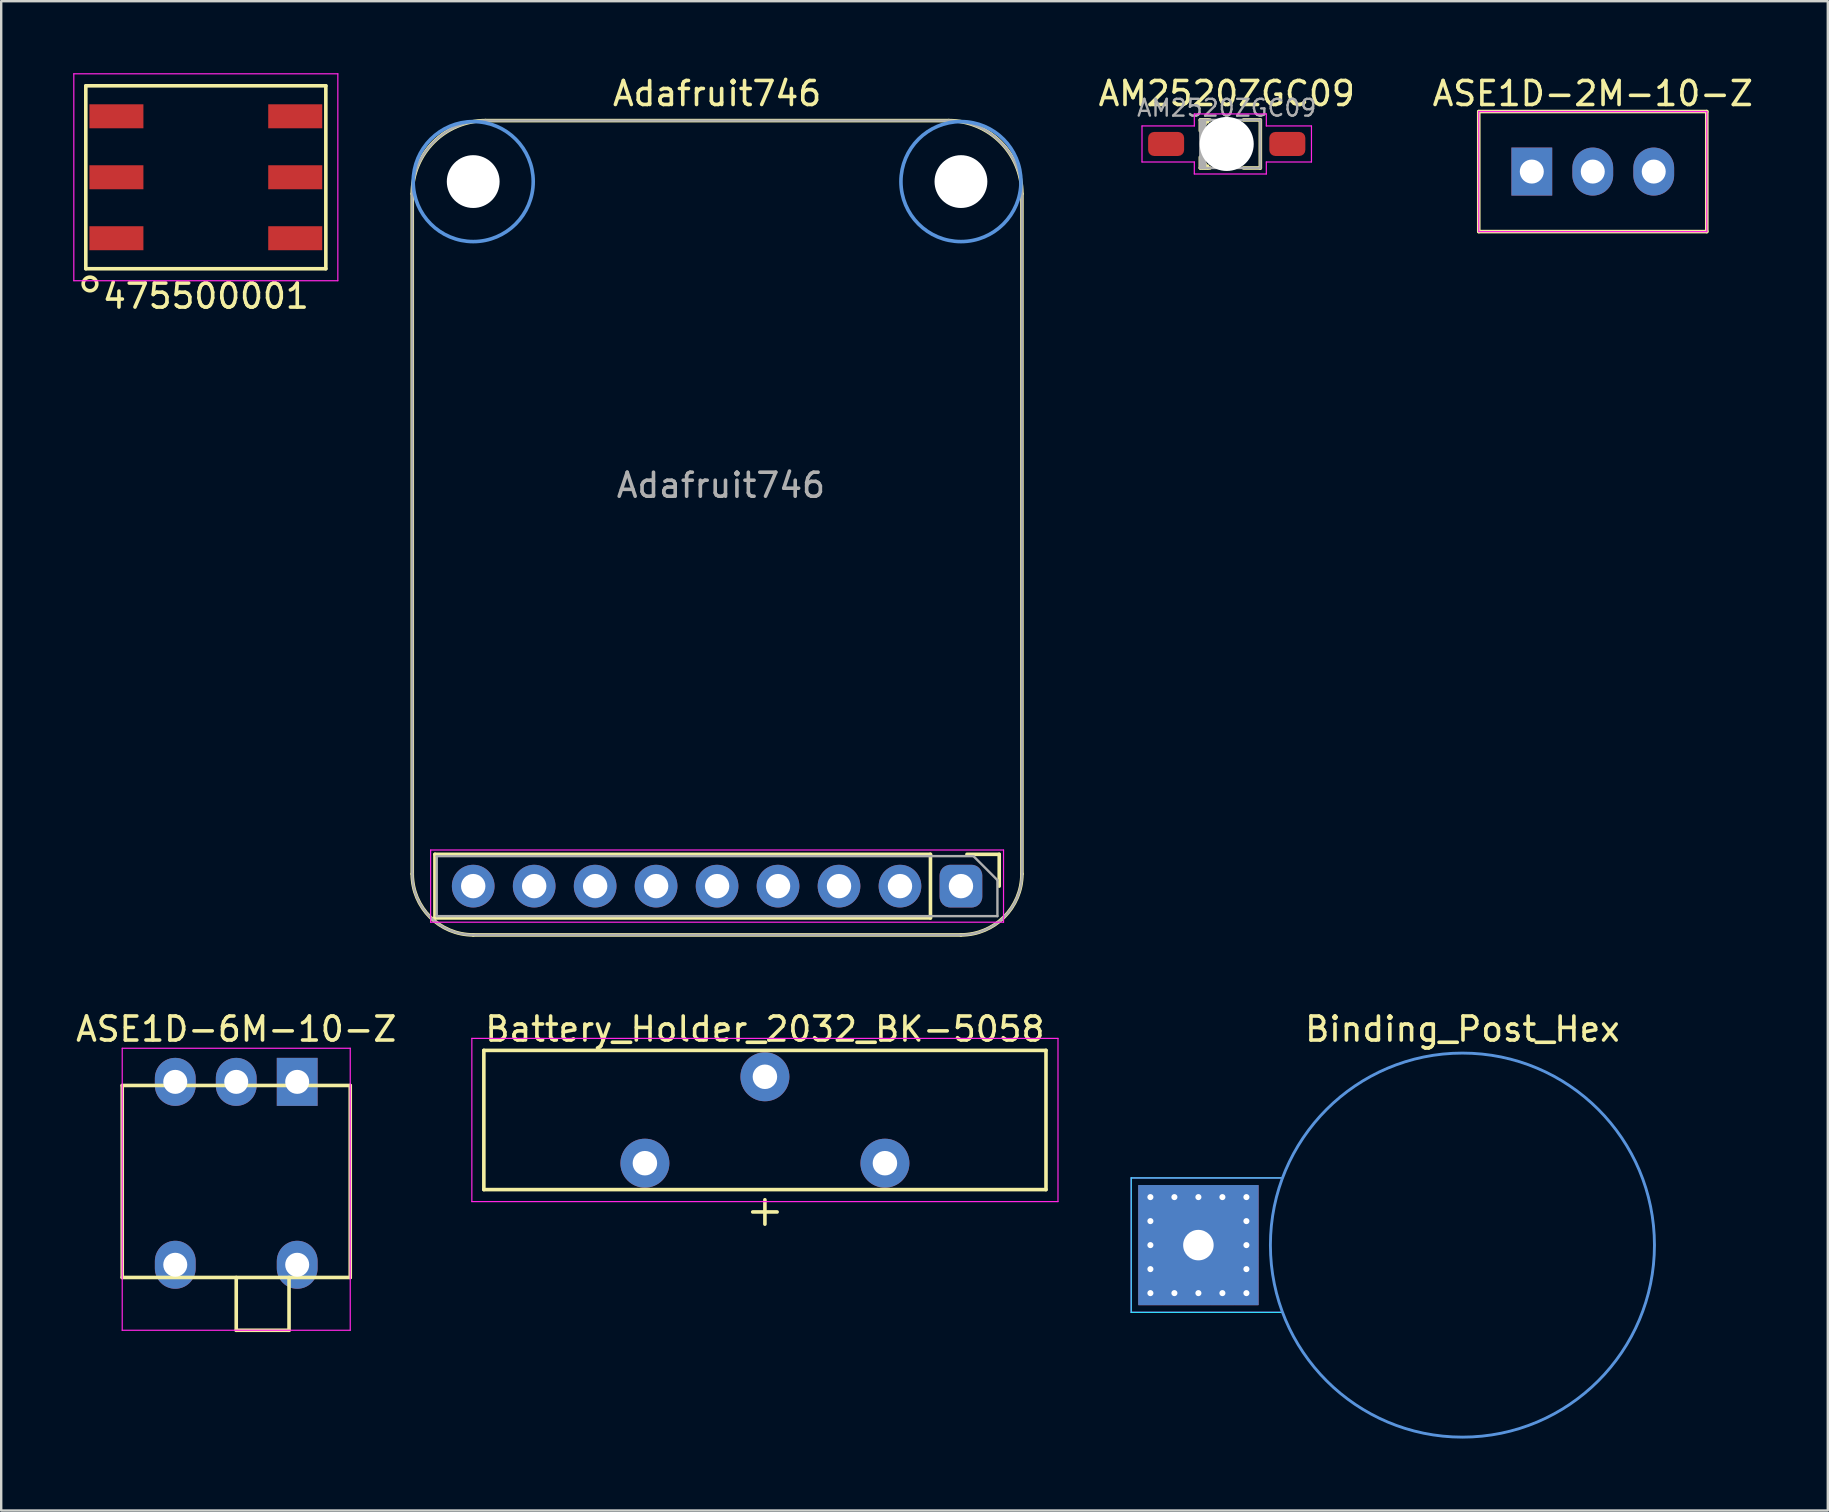
<source format=kicad_pcb>
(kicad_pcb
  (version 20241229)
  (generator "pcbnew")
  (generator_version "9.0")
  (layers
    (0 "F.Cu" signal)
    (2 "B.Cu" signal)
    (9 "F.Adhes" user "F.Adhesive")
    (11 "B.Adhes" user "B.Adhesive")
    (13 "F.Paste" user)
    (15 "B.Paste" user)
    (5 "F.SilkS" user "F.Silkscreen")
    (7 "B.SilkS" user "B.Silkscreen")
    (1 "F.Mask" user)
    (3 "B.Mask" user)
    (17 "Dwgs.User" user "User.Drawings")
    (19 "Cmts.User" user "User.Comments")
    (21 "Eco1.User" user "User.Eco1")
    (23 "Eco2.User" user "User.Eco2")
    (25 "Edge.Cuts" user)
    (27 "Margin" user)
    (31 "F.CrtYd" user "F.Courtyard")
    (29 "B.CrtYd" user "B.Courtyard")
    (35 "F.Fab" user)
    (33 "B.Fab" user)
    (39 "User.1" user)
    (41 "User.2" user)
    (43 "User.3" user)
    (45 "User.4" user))
  (footprint "AM2520ZGC09"
    (layer "F.Cu")
    (at 48.058 2.948)
    (property "Reference" "AM2520ZGC09" (at 0 -2.1 0) (layer "F.SilkS") (effects (font (size 1 1) (thickness 0.15))))
    (attr through_hole)
    (fp_line (start -1.1 -1) (end -1.1 -0.55) (stroke (width 0.15) (type solid)) (layer "F.SilkS"))
    (fp_line (start -1.1 -1) (end -0.7 -1) (stroke (width 0.15) (type solid)) (layer "F.SilkS"))
    (fp_line (start -1.1 0.55) (end -1.1 1) (stroke (width 0.15) (type solid)) (layer "F.SilkS"))
    (fp_line (start -1 -1) (end -1 -0.7) (stroke (width 0.15) (type default)) (layer "F.SilkS"))
    (fp_line (start -1 0.7) (end -1 1) (stroke (width 0.15) (type default)) (layer "F.SilkS"))
    (fp_line (start -0.9 -1) (end -0.9 -0.83) (stroke (width 0.15) (type default)) (layer "F.SilkS"))
    (fp_line (start -0.9 0.83) (end -0.9 1) (stroke (width 0.15) (type default)) (layer "F.SilkS"))
    (fp_line (start -0.8 -1) (end -0.8 -0.92) (stroke (width 0.15) (type default)) (layer "F.SilkS"))
    (fp_line (start -0.8 0.92) (end -0.8 1) (stroke (width 0.15) (type default)) (layer "F.SilkS"))
    (fp_line (start -0.7 1) (end -1.1 1) (stroke (width 0.15) (type solid)) (layer "F.SilkS"))
    (fp_line (start 0.7 -1) (end 1.4 -1) (stroke (width 0.15) (type solid)) (layer "F.SilkS"))
    (fp_line (start 1.4 -1) (end 1.4 1) (stroke (width 0.15) (type solid)) (layer "F.SilkS"))
    (fp_line (start 1.4 1) (end 0.7 1) (stroke (width 0.15) (type solid)) (layer "F.SilkS"))
    (fp_line (start -3.53 -0.75) (end -1.35 -0.75) (stroke (width 0.05) (type solid)) (layer "F.CrtYd"))
    (fp_line (start -3.53 0.75) (end -3.53 -0.75) (stroke (width 0.05) (type solid)) (layer "F.CrtYd"))
    (fp_line (start -1.35 -1.25) (end 1.65 -1.25) (stroke (width 0.05) (type solid)) (layer "F.CrtYd"))
    (fp_line (start -1.35 -0.75) (end -1.35 -1.25) (stroke (width 0.05) (type solid)) (layer "F.CrtYd"))
    (fp_line (start -1.35 0.75) (end -3.53 0.75) (stroke (width 0.05) (type solid)) (layer "F.CrtYd"))
    (fp_line (start -1.35 1.25) (end -1.35 0.75) (stroke (width 0.05) (type solid)) (layer "F.CrtYd"))
    (fp_line (start 1.65 -1.25) (end 1.65 -0.75) (stroke (width 0.05) (type solid)) (layer "F.CrtYd"))
    (fp_line (start 1.65 -0.75) (end 3.53 -0.75) (stroke (width 0.05) (type solid)) (layer "F.CrtYd"))
    (fp_line (start 1.65 0.75) (end 1.65 1.25) (stroke (width 0.05) (type solid)) (layer "F.CrtYd"))
    (fp_line (start 1.65 1.25) (end -1.35 1.25) (stroke (width 0.05) (type solid)) (layer "F.CrtYd"))
    (fp_line (start 3.53 -0.75) (end 3.53 0.75) (stroke (width 0.05) (type solid)) (layer "F.CrtYd"))
    (fp_line (start 3.53 0.75) (end 1.65 0.75) (stroke (width 0.05) (type solid)) (layer "F.CrtYd"))
    (fp_line (start -1.1 -1) (end -1.1 1) (stroke (width 0.1) (type solid)) (layer "F.Fab"))
    (fp_line (start -1.1 1) (end 1.4 1) (stroke (width 0.1) (type solid)) (layer "F.Fab"))
    (fp_line (start -1.05 -1) (end -1.05 1) (stroke (width 0.1) (type solid)) (layer "F.Fab"))
    (fp_line (start -1 -1) (end -1 1) (stroke (width 0.1) (type solid)) (layer "F.Fab"))
    (fp_line (start -0.95 -1) (end -0.95 1) (stroke (width 0.1) (type solid)) (layer "F.Fab"))
    (fp_line (start -0.9 -1) (end -0.9 -0.4) (stroke (width 0.1) (type solid)) (layer "F.Fab"))
    (fp_line (start -0.9 0.4) (end -0.9 1) (stroke (width 0.1) (type solid)) (layer "F.Fab"))
    (fp_line (start 1.4 -1) (end -1.1 -1) (stroke (width 0.1) (type solid)) (layer "F.Fab"))
    (fp_line (start 1.4 1) (end 1.4 -1) (stroke (width 0.1) (type solid)) (layer "F.Fab"))
    (fp_circle (center 0 0) (end 0.95 0) (stroke (width 0.1) (type solid)) (fill no) (layer "F.Fab"))
    (fp_text user "${REFERENCE}" (at 0 -1.5 0) (layer "F.Fab") (effects (font (size 0.7 0.7) (thickness 0.1))))
    (pad "" np_thru_hole circle (at 0 0) (size 2.25 2.25) (drill 2.25) (layers "*.Cu" "*.Mask"))
    (pad "1" smd roundrect (at -2.525 0) (size 1.5 1) (layers "F.Cu" "F.Mask" "F.Paste") (roundrect_rratio 0.25))
    (pad "2" smd roundrect (at 2.525 0) (size 1.5 1) (layers "F.Cu" "F.Mask" "F.Paste") (roundrect_rratio 0.25)))
  (footprint "Adafruit746"
    (layer "F.Cu")
    (at 36.985 33.868)
    (property "Reference" "Adafruit746" (at -10.16 -33.02 0) (layer "F.SilkS") (effects (font (size 1 1) (thickness 0.15))))
    (attr through_hole)
    (fp_line (start -22.86 -28.845) (end -22.86 -0.508) (stroke (width 0.15) (type solid)) (layer "F.SilkS"))
    (fp_line (start -21.915 -1.325) (end -1.27 -1.325) (stroke (width 0.15) (type solid)) (layer "F.SilkS"))
    (fp_line (start -21.915 1.325) (end -21.915 -1.325) (stroke (width 0.15) (type solid)) (layer "F.SilkS"))
    (fp_line (start -20.32 2.032) (end 0 2.032) (stroke (width 0.15) (type solid)) (layer "F.SilkS"))
    (fp_line (start -19.812 -31.893) (end -0.508 -31.893) (stroke (width 0.15) (type solid)) (layer "F.SilkS"))
    (fp_line (start -1.27 -1.325) (end -1.27 1.325) (stroke (width 0.15) (type solid)) (layer "F.SilkS"))
    (fp_line (start -1.27 1.325) (end -21.915 1.325) (stroke (width 0.15) (type solid)) (layer "F.SilkS"))
    (fp_line (start 0.25 -1.325) (end 1.595 -1.325) (stroke (width 0.15) (type solid)) (layer "F.SilkS"))
    (fp_line (start 1.595 -1.325) (end 1.595 0) (stroke (width 0.15) (type solid)) (layer "F.SilkS"))
    (fp_line (start 2.54 -28.845) (end 2.54 -0.508) (stroke (width 0.15) (type solid)) (layer "F.SilkS"))
    (fp_arc (start -22.86 -28.845) (mid -21.967261 -31.000261) (end -19.812 -31.893) (stroke (width 0.15) (type solid)) (layer "F.SilkS"))
    (fp_arc (start -20.32 2.032) (mid -22.116051 1.288051) (end -22.86 -0.508) (stroke (width 0.15) (type solid)) (layer "F.SilkS"))
    (fp_arc (start -0.508 -31.893) (mid 1.647261 -31.000261) (end 2.54 -28.845) (stroke (width 0.15) (type solid)) (layer "F.SilkS"))
    (fp_arc (start 2.54 -0.508) (mid 1.796051 1.288051) (end 0 2.032) (stroke (width 0.15) (type solid)) (layer "F.SilkS"))
    (fp_circle (center -20.32 -29.353) (end -22.82 -29.353) (stroke (width 0.15) (type solid)) (fill no) (layer "Cmts.User"))
    (fp_circle (center 0 -29.353) (end -2.5 -29.353) (stroke (width 0.15) (type solid)) (fill no) (layer "Cmts.User"))
    (fp_line (start -22.094 -1.504) (end -22.094 1.504) (stroke (width 0.05) (type solid)) (layer "F.CrtYd"))
    (fp_line (start -22.094 -1.504) (end 1.774 -1.504) (stroke (width 0.05) (type solid)) (layer "F.CrtYd"))
    (fp_line (start -22.094 1.504) (end 1.774 1.504) (stroke (width 0.05) (type solid)) (layer "F.CrtYd"))
    (fp_line (start 1.774 -1.504) (end 1.774 1.504) (stroke (width 0.05) (type solid)) (layer "F.CrtYd"))
    (fp_line (start -22.86 -28.845) (end -22.86 -0.508) (stroke (width 0.1) (type solid)) (layer "F.Fab"))
    (fp_line (start -21.84 -1.25) (end 0.52 -1.25) (stroke (width 0.1) (type solid)) (layer "F.Fab"))
    (fp_line (start -21.84 1.25) (end -21.84 -1.25) (stroke (width 0.1) (type solid)) (layer "F.Fab"))
    (fp_line (start -20.32 2.032) (end 0 2.032) (stroke (width 0.1) (type solid)) (layer "F.Fab"))
    (fp_line (start -19.812 -31.893) (end -0.508 -31.893) (stroke (width 0.1) (type solid)) (layer "F.Fab"))
    (fp_line (start 0.52 -1.25) (end 1.52 -0.25) (stroke (width 0.1) (type solid)) (layer "F.Fab"))
    (fp_line (start 1.52 -0.25) (end 1.52 1.25) (stroke (width 0.1) (type solid)) (layer "F.Fab"))
    (fp_line (start 1.52 1.25) (end -21.84 1.25) (stroke (width 0.1) (type solid)) (layer "F.Fab"))
    (fp_line (start 2.54 -28.845) (end 2.54 -0.508) (stroke (width 0.1) (type solid)) (layer "F.Fab"))
    (fp_arc (start -22.86 -28.845) (mid -21.967261 -31.000261) (end -19.812 -31.893) (stroke (width 0.1) (type solid)) (layer "F.Fab"))
    (fp_arc (start -20.32 2.032) (mid -22.116051 1.288051) (end -22.86 -0.508) (stroke (width 0.1) (type solid)) (layer "F.Fab"))
    (fp_arc (start -0.508 -31.893) (mid 1.647261 -31.000261) (end 2.54 -28.845) (stroke (width 0.1) (type solid)) (layer "F.Fab"))
    (fp_arc (start 2.54 -0.508) (mid 1.796051 1.288051) (end 0 2.032) (stroke (width 0.1) (type solid)) (layer "F.Fab"))
    (fp_text user "${REFERENCE}" (at -10 -16.7 0) (layer "F.Fab") (effects (font (size 1 1) (thickness 0.15))))
    (pad "" np_thru_hole circle (at -20.32 -29.353) (size 2.2 2.2) (drill 2.2) (layers "*.Cu" "*.Mask"))
    (pad "" np_thru_hole circle (at 0 -29.353) (size 2.2 2.2) (drill 2.2) (layers "*.Cu" "*.Mask"))
    (pad "1" thru_hole roundrect (at 0 0) (size 1.778 1.778) (drill 1.016) (layers "*.Cu" "*.Mask") (roundrect_rratio 0.25))
    (pad "2" thru_hole circle (at -2.54 0) (size 1.778 1.778) (drill 1.016) (layers "*.Cu" "*.Mask"))
    (pad "3" thru_hole circle (at -5.08 0) (size 1.778 1.778) (drill 1.016) (layers "*.Cu" "*.Mask"))
    (pad "4" thru_hole circle (at -7.62 0) (size 1.778 1.778) (drill 1.016) (layers "*.Cu" "*.Mask"))
    (pad "5" thru_hole circle (at -10.16 0) (size 1.778 1.778) (drill 1.016) (layers "*.Cu" "*.Mask"))
    (pad "6" thru_hole circle (at -12.7 0) (size 1.778 1.778) (drill 1.016) (layers "*.Cu" "*.Mask"))
    (pad "7" thru_hole circle (at -15.24 0) (size 1.778 1.778) (drill 1.016) (layers "*.Cu" "*.Mask"))
    (pad "8" thru_hole circle (at -17.78 0) (size 1.778 1.778) (drill 1.016) (layers "*.Cu" "*.Mask"))
    (pad "9" thru_hole circle (at -20.32 0) (size 1.778 1.778) (drill 1.016) (layers "*.Cu" "*.Mask")))
  (footprint "Battery_Holder_2032_BK-5058"
    (layer "F.Cu")
    (at 28.818 45.411)
    (property "Reference" "Battery_Holder_2032_BK-5058" (at 0 -5.588 0) (layer "F.SilkS") (effects (font (size 1 1) (thickness 0.15))))
    (attr through_hole)
    (fp_line (start -11.71 -4.7) (end -11.71 1.1) (stroke (width 0.15) (type solid)) (layer "F.SilkS"))
    (fp_line (start -11.71 1.1) (end 11.71 1.1) (stroke (width 0.15) (type solid)) (layer "F.SilkS"))
    (fp_line (start -0.508 2.032) (end 0.508 2.032) (stroke (width 0.15) (type solid)) (layer "F.SilkS"))
    (fp_line (start 0 1.524) (end 0 2.54) (stroke (width 0.15) (type solid)) (layer "F.SilkS"))
    (fp_line (start 11.71 -4.7) (end -11.71 -4.7) (stroke (width 0.15) (type solid)) (layer "F.SilkS"))
    (fp_line (start 11.71 1.1) (end 11.71 -4.7) (stroke (width 0.15) (type solid)) (layer "F.SilkS"))
    (fp_line (start -12.21 -5.2) (end -12.21 1.6) (stroke (width 0.05) (type solid)) (layer "F.CrtYd"))
    (fp_line (start -12.21 1.6) (end 12.21 1.6) (stroke (width 0.05) (type solid)) (layer "F.CrtYd"))
    (fp_line (start 12.21 -5.2) (end -12.21 -5.2) (stroke (width 0.05) (type solid)) (layer "F.CrtYd"))
    (fp_line (start 12.21 1.6) (end 12.21 -5.2) (stroke (width 0.05) (type solid)) (layer "F.CrtYd"))
    (pad "1" thru_hole circle (at -5 0) (size 2.04 2.04) (drill 1.02) (layers "*.Cu" "*.Mask"))
    (pad "1" thru_hole circle (at 5 0) (size 2.04 2.04) (drill 1.02) (layers "*.Cu" "*.Mask"))
    (pad "2" thru_hole circle (at 0 -3.6) (size 2.04 2.04) (drill 1.02) (layers "*.Cu" "*.Mask")))
  (footprint "475500001"
    (layer "F.Cu")
    (at 5.525 4.335)
    (property "Reference" "475500001" (at 0 4.953 0) (layer "F.SilkS") (effects (font (size 1 1) (thickness 0.15))))
    (attr through_hole)
    (fp_line (start -5 -3.81) (end -5 3.81) (stroke (width 0.15) (type solid)) (layer "F.SilkS"))
    (fp_line (start -5 3.81) (end 5 3.81) (stroke (width 0.15) (type solid)) (layer "F.SilkS"))
    (fp_line (start 5 -3.81) (end -5 -3.81) (stroke (width 0.15) (type solid)) (layer "F.SilkS"))
    (fp_line (start 5 3.81) (end 5 -3.81) (stroke (width 0.15) (type solid)) (layer "F.SilkS"))
    (fp_circle (center -4.826 4.445) (end -4.572 4.572) (stroke (width 0.15) (type solid)) (fill no) (layer "F.SilkS"))
    (fp_line (start -5.5 -4.31) (end -5.5 4.31) (stroke (width 0.05) (type solid)) (layer "F.CrtYd"))
    (fp_line (start -5.5 4.31) (end 5.5 4.31) (stroke (width 0.05) (type solid)) (layer "F.CrtYd"))
    (fp_line (start 5.5 -4.31) (end -5.5 -4.31) (stroke (width 0.05) (type solid)) (layer "F.CrtYd"))
    (fp_line (start 5.5 4.31) (end 5.5 -4.31) (stroke (width 0.05) (type solid)) (layer "F.CrtYd"))
    (pad "1" smd rect (at -3.725 2.54) (size 2.25 1) (layers "F.Cu" "F.Mask" "F.Paste"))
    (pad "2" smd rect (at -3.725 0) (size 2.25 1) (layers "F.Cu" "F.Mask" "F.Paste"))
    (pad "3" smd rect (at -3.725 -2.54) (size 2.25 1) (layers "F.Cu" "F.Mask" "F.Paste"))
    (pad "4" smd rect (at 3.725 2.54) (size 2.25 1) (layers "F.Cu" "F.Mask" "F.Paste"))
    (pad "5" smd rect (at 3.725 0) (size 2.25 1) (layers "F.Cu" "F.Mask" "F.Paste"))
    (pad "6" smd rect (at 3.725 -2.54) (size 2.25 1) (layers "F.Cu" "F.Mask" "F.Paste")))
  (footprint "ASE1D-2M-10-Z"
    (layer "F.Cu")
    (at 60.768 4.098)
    (property "Reference" "ASE1D-2M-10-Z" (at 2.54 -3.25 0) (layer "F.SilkS") (effects (font (size 1 1) (thickness 0.15))))
    (attr through_hole)
    (fp_line (start -2.21 -2.5) (end -2.21 2.5) (stroke (width 0.15) (type solid)) (layer "F.SilkS"))
    (fp_line (start -2.21 2.5) (end 7.29 2.5) (stroke (width 0.15) (type solid)) (layer "F.SilkS"))
    (fp_line (start 7.29 -2.5) (end -2.21 -2.5) (stroke (width 0.15) (type solid)) (layer "F.SilkS"))
    (fp_line (start 7.29 2.5) (end 7.29 -2.5) (stroke (width 0.15) (type solid)) (layer "F.SilkS"))
    (fp_line (start -2.21 -2.5) (end -2.21 2.5) (stroke (width 0.05) (type solid)) (layer "F.CrtYd"))
    (fp_line (start -2.21 2.5) (end 7.29 2.5) (stroke (width 0.05) (type solid)) (layer "F.CrtYd"))
    (fp_line (start 7.29 -2.5) (end -2.21 -2.5) (stroke (width 0.05) (type solid)) (layer "F.CrtYd"))
    (fp_line (start 7.29 2.5) (end 7.29 -2.5) (stroke (width 0.05) (type solid)) (layer "F.CrtYd"))
    (pad "1" thru_hole rect (at 0 0) (size 1.7 2) (drill 1) (layers "*.Cu" "*.Mask"))
    (pad "2" thru_hole oval (at 2.54 0) (size 1.7 2) (drill 1) (layers "*.Cu" "*.Mask"))
    (pad "3" thru_hole oval (at 5.08 0) (size 1.7 2) (drill 1) (layers "*.Cu" "*.Mask")))
  (footprint "ASE1D-6M-10-Z"
    (layer "F.Cu")
    (at 9.332 42.023)
    (property "Reference" "ASE1D-6M-10-Z" (at -2.54 -2.2 0) (layer "F.SilkS") (effects (font (size 1 1) (thickness 0.15))))
    (attr through_hole)
    (fp_line (start -7.29 0.15) (end -7.29 8.15) (stroke (width 0.15) (type solid)) (layer "F.SilkS"))
    (fp_line (start -7.29 8.15) (end 2.21 8.15) (stroke (width 0.15) (type solid)) (layer "F.SilkS"))
    (fp_line (start -2.54 8.15) (end -2.54 10.35) (stroke (width 0.15) (type solid)) (layer "F.SilkS"))
    (fp_line (start -2.54 10.35) (end -0.34 10.35) (stroke (width 0.15) (type solid)) (layer "F.SilkS"))
    (fp_line (start -0.34 10.35) (end -0.34 8.15) (stroke (width 0.15) (type solid)) (layer "F.SilkS"))
    (fp_line (start 2.21 0.15) (end -7.29 0.15) (stroke (width 0.15) (type solid)) (layer "F.SilkS"))
    (fp_line (start 2.21 8.15) (end 2.21 0.15) (stroke (width 0.15) (type solid)) (layer "F.SilkS"))
    (fp_line (start -7.29 -1.4) (end -7.29 10.35) (stroke (width 0.05) (type solid)) (layer "F.CrtYd"))
    (fp_line (start -7.29 10.35) (end 2.21 10.35) (stroke (width 0.05) (type solid)) (layer "F.CrtYd"))
    (fp_line (start 2.21 -1.4) (end -7.29 -1.4) (stroke (width 0.05) (type solid)) (layer "F.CrtYd"))
    (fp_line (start 2.21 10.35) (end 2.21 -1.4) (stroke (width 0.05) (type solid)) (layer "F.CrtYd"))
    (pad "" thru_hole oval (at -5.08 7.62) (size 1.7 2) (drill 1) (layers "*.Cu" "*.Mask"))
    (pad "" thru_hole oval (at 0 7.62) (size 1.7 2) (drill 1) (layers "*.Cu" "*.Mask"))
    (pad "1" thru_hole rect (at 0 0) (size 1.7 2) (drill 1) (layers "*.Cu" "*.Mask"))
    (pad "2" thru_hole oval (at -2.54 0) (size 1.7 2) (drill 1) (layers "*.Cu" "*.Mask"))
    (pad "3" thru_hole oval (at -5.08 0) (size 1.7 2) (drill 1) (layers "*.Cu" "*.Mask")))
  (footprint "Binding_Post_Hex"
    (layer "F.Cu")
    (at 57.878 48.824)
    (property "Reference" "Binding_Post_Hex" (at 0 -9 0) (layer "F.SilkS") (effects (font (size 1 1) (thickness 0.15))))
    (attr through_hole)
    (fp_circle (center 0 0) (end 8 0) (stroke (width 0.12) (type solid)) (fill no) (layer "Cmts.User"))
    (fp_line (start -13.8 -2.8) (end -13.8 2.8) (stroke (width 0.05) (type solid)) (layer "B.CrtYd"))
    (fp_line (start -13.8 2.8) (end -7.494 2.8) (stroke (width 0.05) (type solid)) (layer "B.CrtYd"))
    (fp_line (start -7.494 -2.8) (end -13.8 -2.8) (stroke (width 0.05) (type solid)) (layer "B.CrtYd"))
    (fp_arc (start -7.493998 -2.8) (mid 8 0) (end -7.493998 2.8) (stroke (width 0.05) (type solid)) (layer "B.CrtYd"))
    (fp_line (start -13.8 -2.8) (end -13.8 2.8) (stroke (width 0.05) (type solid)) (layer "F.CrtYd"))
    (fp_line (start -13.8 2.8) (end -7.494 2.8) (stroke (width 0.05) (type solid)) (layer "F.CrtYd"))
    (fp_line (start -7.494 -2.8) (end -13.8 -2.8) (stroke (width 0.05) (type solid)) (layer "F.CrtYd"))
    (fp_arc (start -7.493998 -2.8) (mid 8 0) (end -7.493998 2.8) (stroke (width 0.05) (type solid)) (layer "F.CrtYd"))
    (pad "1" thru_hole rect (at -13 -2) (size 1 1) (drill 0.254) (layers "*.Cu" "*.Mask"))
    (pad "1" thru_hole rect (at -13 -1) (size 1 1) (drill 0.254) (layers "*.Cu" "*.Mask"))
    (pad "1" thru_hole rect (at -13 0) (size 1 1) (drill 0.254) (layers "*.Cu" "*.Mask"))
    (pad "1" thru_hole rect (at -13 1) (size 1 1) (drill 0.254) (layers "*.Cu" "*.Mask"))
    (pad "1" thru_hole rect (at -13 2) (size 1 1) (drill 0.254) (layers "*.Cu" "*.Mask"))
    (pad "1" thru_hole rect (at -12 -2) (size 1 1) (drill 0.254) (layers "*.Cu" "*.Mask"))
    (pad "1" thru_hole rect (at -12 2) (size 1 1) (drill 0.254) (layers "*.Cu" "*.Mask"))
    (pad "1" thru_hole rect (at -11 -2) (size 1 1) (drill 0.254) (layers "*.Cu" "*.Mask"))
    (pad "1" thru_hole rect (at -11 0) (size 5 5) (drill 1.27) (layers "*.Cu" "*.Mask"))
    (pad "1" thru_hole rect (at -11 2) (size 1 1) (drill 0.254) (layers "*.Cu" "*.Mask"))
    (pad "1" thru_hole rect (at -10 -2) (size 1 1) (drill 0.254) (layers "*.Cu" "*.Mask"))
    (pad "1" thru_hole rect (at -10 2) (size 1 1) (drill 0.254) (layers "*.Cu" "*.Mask"))
    (pad "1" thru_hole rect (at -9 -2) (size 1 1) (drill 0.254) (layers "*.Cu" "*.Mask"))
    (pad "1" thru_hole rect (at -9 -1) (size 1 1) (drill 0.254) (layers "*.Cu" "*.Mask"))
    (pad "1" thru_hole rect (at -9 0) (size 1 1) (drill 0.254) (layers "*.Cu" "*.Mask"))
    (pad "1" thru_hole rect (at -9 1) (size 1 1) (drill 0.254) (layers "*.Cu" "*.Mask"))
    (pad "1" thru_hole rect (at -9 2) (size 1 1) (drill 0.254) (layers "*.Cu" "*.Mask")))
  (gr_rect
    (start -3 -3)
    (end 73.1 59.883)
    (stroke (width 0.1) (type default))
    (fill no)
    (layer "Edge.Cuts")))
</source>
